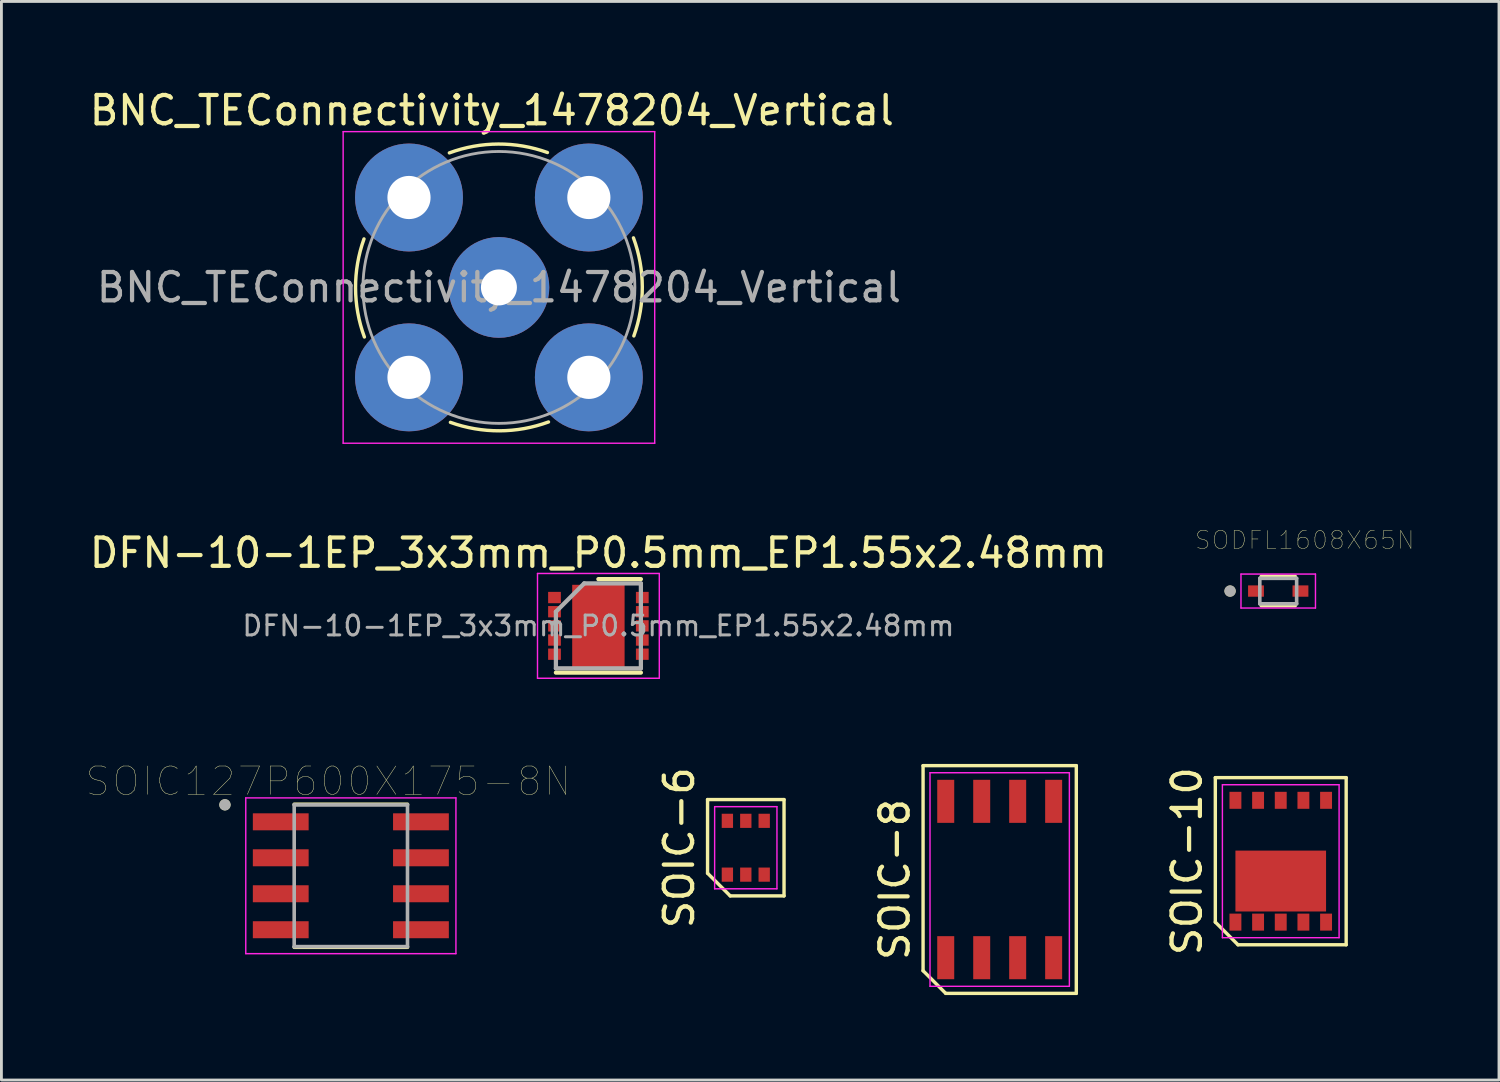
<source format=kicad_pcb>
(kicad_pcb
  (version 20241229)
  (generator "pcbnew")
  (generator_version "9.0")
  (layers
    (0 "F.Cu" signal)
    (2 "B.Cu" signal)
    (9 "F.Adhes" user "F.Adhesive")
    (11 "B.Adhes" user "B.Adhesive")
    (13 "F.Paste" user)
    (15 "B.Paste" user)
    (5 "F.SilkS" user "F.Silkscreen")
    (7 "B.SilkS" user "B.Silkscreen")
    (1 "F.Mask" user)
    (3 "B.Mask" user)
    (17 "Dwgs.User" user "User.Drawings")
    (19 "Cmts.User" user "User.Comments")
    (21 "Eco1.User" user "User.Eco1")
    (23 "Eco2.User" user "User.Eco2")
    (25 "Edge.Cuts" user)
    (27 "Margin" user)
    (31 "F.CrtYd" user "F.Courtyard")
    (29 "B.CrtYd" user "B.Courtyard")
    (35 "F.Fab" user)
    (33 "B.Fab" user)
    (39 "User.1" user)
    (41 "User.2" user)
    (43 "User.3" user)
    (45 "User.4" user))
  (footprint "SODFL1608X65N"
    (layer "F.Cu")
    (at 42.079 17.818)
    (property "Reference" "SODFL1608X65N" (at 0.935 -1.8 0) (layer "F.SilkS") (effects (font (size 0.63 0.63) (thickness 0.015))))
    (attr through_hole)
    (fp_line (start -0.6 -0.515) (end 0.6 -0.515) (stroke (width 0.127) (type solid)) (layer "F.SilkS"))
    (fp_line (start 0.6 0.515) (end -0.6 0.515) (stroke (width 0.127) (type solid)) (layer "F.SilkS"))
    (fp_circle (center -1.7 0) (end -1.6 0) (stroke (width 0.2) (type solid)) (fill no) (layer "F.SilkS"))
    (fp_line (start -1.315 -0.6) (end 1.315 -0.6) (stroke (width 0.05) (type solid)) (layer "F.CrtYd"))
    (fp_line (start -1.315 0.6) (end -1.315 -0.6) (stroke (width 0.05) (type solid)) (layer "F.CrtYd"))
    (fp_line (start 1.315 -0.6) (end 1.315 0.6) (stroke (width 0.05) (type solid)) (layer "F.CrtYd"))
    (fp_line (start 1.315 0.6) (end -1.315 0.6) (stroke (width 0.05) (type solid)) (layer "F.CrtYd"))
    (fp_line (start -0.65 -0.45) (end 0.65 -0.45) (stroke (width 0.127) (type solid)) (layer "F.Fab"))
    (fp_line (start -0.65 0.45) (end -0.65 -0.45) (stroke (width 0.127) (type solid)) (layer "F.Fab"))
    (fp_line (start 0.65 -0.45) (end 0.65 0.45) (stroke (width 0.127) (type solid)) (layer "F.Fab"))
    (fp_line (start 0.65 0.45) (end -0.65 0.45) (stroke (width 0.127) (type solid)) (layer "F.Fab"))
    (fp_circle (center -1.7 0) (end -1.6 0) (stroke (width 0.2) (type solid)) (fill no) (layer "F.Fab"))
    (pad "A" smd rect (at 0.785 0) (size 0.56 0.4) (layers "F.Cu" "F.Mask" "F.Paste"))
    (pad "C" smd rect (at -0.785 0) (size 0.56 0.4) (layers "F.Cu" "F.Mask" "F.Paste")))
  (footprint "SOIC-6"
    (layer "F.Cu")
    (at 23.281 26.88)
    (property "Reference" "SOIC-6" (at -2.35 0 90) (layer "F.SilkS") (effects (font (size 1 1) (thickness 0.15))))
    (attr smd)
    (fp_line (start -1.35 -1.7) (end 1.35 -1.7) (stroke (width 0.12) (type default)) (layer "F.SilkS"))
    (fp_line (start -1.35 0.9) (end -1.35 -1.7) (stroke (width 0.12) (type default)) (layer "F.SilkS"))
    (fp_line (start -0.55 1.7) (end -1.35 0.9) (stroke (width 0.12) (type default)) (layer "F.SilkS"))
    (fp_line (start 1.35 -1.7) (end 1.35 1.7) (stroke (width 0.12) (type default)) (layer "F.SilkS"))
    (fp_line (start 1.35 1.7) (end -0.55 1.7) (stroke (width 0.12) (type default)) (layer "F.SilkS"))
    (fp_line (start -1.1 -1.45) (end 1.1 -1.45) (stroke (width 0.05) (type default)) (layer "F.CrtYd"))
    (fp_line (start -1.1 1.45) (end -1.1 -1.45) (stroke (width 0.05) (type default)) (layer "F.CrtYd"))
    (fp_line (start 1.1 -1.45) (end 1.1 1.45) (stroke (width 0.05) (type default)) (layer "F.CrtYd"))
    (fp_line (start 1.1 1.45) (end -1.1 1.45) (stroke (width 0.05) (type default)) (layer "F.CrtYd"))
    (pad "1" smd rect (at -0.65 0.95) (size 0.4 0.5) (layers "F.Cu" "F.Mask" "F.Paste"))
    (pad "2" smd rect (at 0 0.95) (size 0.4 0.5) (layers "F.Cu" "F.Mask" "F.Paste"))
    (pad "3" smd rect (at 0.65 0.95) (size 0.4 0.5) (layers "F.Cu" "F.Mask" "F.Paste"))
    (pad "4" smd rect (at 0.65 -0.95) (size 0.4 0.5) (layers "F.Cu" "F.Mask" "F.Paste"))
    (pad "5" smd rect (at 0 -0.95) (size 0.4 0.5) (layers "F.Cu" "F.Mask" "F.Paste"))
    (pad "6" smd rect (at -0.65 -0.95) (size 0.4 0.5) (layers "F.Cu" "F.Mask" "F.Paste")))
  (footprint "SOIC127P600X175-8N"
    (layer "F.Cu")
    (at 9.337 27.87)
    (property "Reference" "SOIC127P600X175-8N" (at -0.795 -3.337 0) (layer "F.SilkS") (effects (font (size 1 1) (thickness 0.015))))
    (attr through_hole)
    (fp_line (start -2 -2.525) (end 2 -2.525) (stroke (width 0.127) (type solid)) (layer "F.SilkS"))
    (fp_line (start -2 2.525) (end 2 2.525) (stroke (width 0.127) (type solid)) (layer "F.SilkS"))
    (fp_circle (center -4.445 -2.505) (end -4.345 -2.505) (stroke (width 0.2) (type solid)) (fill no) (layer "F.SilkS"))
    (fp_line (start -3.71 -2.75) (end -3.71 2.75) (stroke (width 0.05) (type solid)) (layer "F.CrtYd"))
    (fp_line (start -3.71 -2.75) (end 3.71 -2.75) (stroke (width 0.05) (type solid)) (layer "F.CrtYd"))
    (fp_line (start -3.71 2.75) (end 3.71 2.75) (stroke (width 0.05) (type solid)) (layer "F.CrtYd"))
    (fp_line (start 3.71 -2.75) (end 3.71 2.75) (stroke (width 0.05) (type solid)) (layer "F.CrtYd"))
    (fp_line (start -2 -2.5) (end -2 2.5) (stroke (width 0.127) (type solid)) (layer "F.Fab"))
    (fp_line (start -2 -2.5) (end 2 -2.5) (stroke (width 0.127) (type solid)) (layer "F.Fab"))
    (fp_line (start -2 2.5) (end 2 2.5) (stroke (width 0.127) (type solid)) (layer "F.Fab"))
    (fp_line (start 2 -2.5) (end 2 2.5) (stroke (width 0.127) (type solid)) (layer "F.Fab"))
    (fp_circle (center -4.445 -2.505) (end -4.345 -2.505) (stroke (width 0.2) (type solid)) (fill no) (layer "F.Fab"))
    (pad "1" smd rect (at -2.475 -1.905) (size 1.97 0.6) (layers "F.Cu" "F.Mask" "F.Paste"))
    (pad "2" smd rect (at -2.475 -0.635) (size 1.97 0.6) (layers "F.Cu" "F.Mask" "F.Paste"))
    (pad "3" smd rect (at -2.475 0.635) (size 1.97 0.6) (layers "F.Cu" "F.Mask" "F.Paste"))
    (pad "4" smd rect (at -2.475 1.905) (size 1.97 0.6) (layers "F.Cu" "F.Mask" "F.Paste"))
    (pad "5" smd rect (at 2.475 1.905) (size 1.97 0.6) (layers "F.Cu" "F.Mask" "F.Paste"))
    (pad "6" smd rect (at 2.475 0.635) (size 1.97 0.6) (layers "F.Cu" "F.Mask" "F.Paste"))
    (pad "7" smd rect (at 2.475 -0.635) (size 1.97 0.6) (layers "F.Cu" "F.Mask" "F.Paste"))
    (pad "8" smd rect (at 2.475 -1.905) (size 1.97 0.6) (layers "F.Cu" "F.Mask" "F.Paste")))
  (footprint "BNC_TEConnectivity_1478204_Vertical"
    (layer "F.Cu")
    (at 14.565 7.098)
    (property "Reference" "BNC_TEConnectivity_1478204_Vertical" (at -0.25 -6.25 0) (layer "F.SilkS") (effects (font (size 1 1) (thickness 0.15))))
    (attr through_hole)
    (fp_arc (start -4.75 1.75) (mid -5.062075 0.019867) (end -4.763589 -1.712663) (stroke (width 0.12) (type solid)) (layer "F.SilkS"))
    (fp_arc (start -1.75 -4.75) (mid -0.019867 -5.062075) (end 1.712663 -4.763589) (stroke (width 0.12) (type solid)) (layer "F.SilkS"))
    (fp_arc (start 1.75 4.75) (mid 0.019867 5.062075) (end -1.712663 4.763589) (stroke (width 0.12) (type solid)) (layer "F.SilkS"))
    (fp_arc (start 4.75 -1.75) (mid 5.062075 -0.019867) (end 4.763589 1.712663) (stroke (width 0.12) (type solid)) (layer "F.SilkS"))
    (fp_line (start -5.5 -5.5) (end 5.5 -5.5) (stroke (width 0.05) (type solid)) (layer "F.CrtYd"))
    (fp_line (start -5.5 5.5) (end -5.5 -5.5) (stroke (width 0.05) (type solid)) (layer "F.CrtYd"))
    (fp_line (start 5.5 -5.5) (end 5.5 5.5) (stroke (width 0.05) (type solid)) (layer "F.CrtYd"))
    (fp_line (start 5.5 5.5) (end -5.5 5.5) (stroke (width 0.05) (type solid)) (layer "F.CrtYd"))
    (fp_circle (center 0 0) (end 4.8 0) (stroke (width 0.1) (type solid)) (fill no) (layer "F.Fab"))
    (fp_text user "${REFERENCE}" (at 0 0 0) (layer "F.Fab") (effects (font (size 1 1) (thickness 0.15))))
    (pad "1" thru_hole circle (at 0 0) (size 3.556 3.556) (drill 1.27) (layers "*.Cu" "*.Mask"))
    (pad "2" thru_hole circle (at -3.175 -3.175) (size 3.81 3.81) (drill 1.524) (layers "*.Cu" "*.Mask"))
    (pad "2" thru_hole circle (at -3.175 3.175) (size 3.81 3.81) (drill 1.524) (layers "*.Cu" "*.Mask"))
    (pad "2" thru_hole circle (at 3.175 -3.175) (size 3.81 3.81) (drill 1.524) (layers "*.Cu" "*.Mask"))
    (pad "2" thru_hole circle (at 3.175 3.175) (size 3.81 3.81) (drill 1.524) (layers "*.Cu" "*.Mask")))
  (footprint "DFN-10-1EP_3x3mm_P0.5mm_EP1.55x2.48mm"
    (layer "F.Cu")
    (at 18.077 19.047)
    (property "Reference" "DFN-10-1EP_3x3mm_P0.5mm_EP1.55x2.48mm" (at 0 -2.575 0) (layer "F.SilkS") (effects (font (size 1 1) (thickness 0.15))))
    (attr smd)
    (fp_line (start -1.5 1.65) (end 1.5 1.65) (stroke (width 0.15) (type solid)) (layer "F.SilkS"))
    (fp_line (start 0 -1.65) (end 1.5 -1.65) (stroke (width 0.15) (type solid)) (layer "F.SilkS"))
    (fp_line (start -2.15 -1.85) (end -2.15 1.85) (stroke (width 0.05) (type solid)) (layer "F.CrtYd"))
    (fp_line (start -2.15 -1.85) (end 2.15 -1.85) (stroke (width 0.05) (type solid)) (layer "F.CrtYd"))
    (fp_line (start -2.15 1.85) (end 2.15 1.85) (stroke (width 0.05) (type solid)) (layer "F.CrtYd"))
    (fp_line (start 2.15 -1.85) (end 2.15 1.85) (stroke (width 0.05) (type solid)) (layer "F.CrtYd"))
    (fp_line (start -1.5 -0.5) (end -0.5 -1.5) (stroke (width 0.15) (type solid)) (layer "F.Fab"))
    (fp_line (start -1.5 1.5) (end -1.5 -0.5) (stroke (width 0.15) (type solid)) (layer "F.Fab"))
    (fp_line (start -0.5 -1.5) (end 1.5 -1.5) (stroke (width 0.15) (type solid)) (layer "F.Fab"))
    (fp_line (start 1.5 -1.5) (end 1.5 1.5) (stroke (width 0.15) (type solid)) (layer "F.Fab"))
    (fp_line (start 1.5 1.5) (end -1.5 1.5) (stroke (width 0.15) (type solid)) (layer "F.Fab"))
    (fp_text user "${REFERENCE}" (at 0 0 0) (layer "F.Fab") (effects (font (size 0.7 0.7) (thickness 0.105))))
    (pad "" smd rect (at -0.388 -0.62) (size 0.6 1.05) (layers "F.Paste"))
    (pad "" smd rect (at -0.388 0.62) (size 0.6 1.05) (layers "F.Paste"))
    (pad "" smd rect (at 0.388 -0.62) (size 0.6 1.05) (layers "F.Paste"))
    (pad "" smd rect (at 0.388 0.62) (size 0.6 1.05) (layers "F.Paste"))
    (pad "1" smd rect (at -1.55 -1) (size 0.45 0.4) (layers "F.Cu" "F.Mask" "F.Paste"))
    (pad "2" smd rect (at -1.55 -0.5) (size 0.45 0.4) (layers "F.Cu" "F.Mask" "F.Paste"))
    (pad "3" smd rect (at -1.55 0) (size 0.45 0.4) (layers "F.Cu" "F.Mask" "F.Paste"))
    (pad "4" smd rect (at -1.55 0.5) (size 0.45 0.4) (layers "F.Cu" "F.Mask" "F.Paste"))
    (pad "5" smd rect (at -1.55 1) (size 0.45 0.4) (layers "F.Cu" "F.Mask" "F.Paste"))
    (pad "6" smd rect (at 1.55 1) (size 0.45 0.4) (layers "F.Cu" "F.Mask" "F.Paste"))
    (pad "7" smd rect (at 1.55 0.5) (size 0.45 0.4) (layers "F.Cu" "F.Mask" "F.Paste"))
    (pad "8" smd rect (at 1.55 0) (size 0.45 0.4) (layers "F.Cu" "F.Mask" "F.Paste"))
    (pad "9" smd rect (at 1.55 -0.5) (size 0.45 0.4) (layers "F.Cu" "F.Mask" "F.Paste"))
    (pad "10" smd rect (at 1.55 -1) (size 0.45 0.4) (layers "F.Cu" "F.Mask" "F.Paste"))
    (pad "11" smd rect (at 0 0) (size 1.85 2.9) (layers "F.Cu" "F.Mask")))
  (footprint "SOIC-8"
    (layer "F.Cu")
    (at 32.245 28.002)
    (property "Reference" "SOIC-8" (at -3.705 0 90) (layer "F.SilkS") (effects (font (size 1 1) (thickness 0.15))))
    (attr through_hole)
    (fp_line (start -2.705 -4.02) (end 2.705 -4.02) (stroke (width 0.12) (type solid)) (layer "F.SilkS"))
    (fp_line (start -2.705 3.22) (end -2.705 -4.02) (stroke (width 0.12) (type solid)) (layer "F.SilkS"))
    (fp_line (start -1.905 4.02) (end -2.705 3.22) (stroke (width 0.12) (type solid)) (layer "F.SilkS"))
    (fp_line (start 2.705 -4.02) (end 2.705 4.02) (stroke (width 0.12) (type solid)) (layer "F.SilkS"))
    (fp_line (start 2.705 4.02) (end -1.905 4.02) (stroke (width 0.12) (type solid)) (layer "F.SilkS"))
    (fp_line (start -2.46 -3.77) (end 2.46 -3.77) (stroke (width 0.05) (type solid)) (layer "F.CrtYd"))
    (fp_line (start -2.46 3.77) (end -2.46 -3.77) (stroke (width 0.05) (type solid)) (layer "F.CrtYd"))
    (fp_line (start 2.46 -3.77) (end 2.46 3.77) (stroke (width 0.05) (type solid)) (layer "F.CrtYd"))
    (fp_line (start 2.46 3.77) (end -2.46 3.77) (stroke (width 0.05) (type solid)) (layer "F.CrtYd"))
    (pad "1" smd rect (at -1.905 2.76) (size 0.6 1.52) (layers "F.Cu" "F.Mask" "F.Paste"))
    (pad "2" smd rect (at -0.635 2.76) (size 0.6 1.52) (layers "F.Cu" "F.Mask" "F.Paste"))
    (pad "3" smd rect (at 0.635 2.76) (size 0.6 1.52) (layers "F.Cu" "F.Mask" "F.Paste"))
    (pad "4" smd rect (at 1.905 2.76) (size 0.6 1.52) (layers "F.Cu" "F.Mask" "F.Paste"))
    (pad "5" smd rect (at 1.905 -2.76) (size 0.6 1.52) (layers "F.Cu" "F.Mask" "F.Paste"))
    (pad "6" smd rect (at 0.635 -2.76) (size 0.6 1.52) (layers "F.Cu" "F.Mask" "F.Paste"))
    (pad "7" smd rect (at -0.635 -2.76) (size 0.6 1.52) (layers "F.Cu" "F.Mask" "F.Paste"))
    (pad "8" smd rect (at -1.905 -2.76) (size 0.6 1.52) (layers "F.Cu" "F.Mask" "F.Paste")))
  (footprint "SOIC-10"
    (layer "F.Cu")
    (at 42.168 27.356)
    (property "Reference" "SOIC-10" (at -3.31 0 90) (layer "F.SilkS") (effects (font (size 1 1) (thickness 0.15))))
    (attr through_hole)
    (fp_line (start -2.31 -2.95) (end 2.31 -2.95) (stroke (width 0.12) (type solid)) (layer "F.SilkS"))
    (fp_line (start -2.31 2.15) (end -2.31 -2.95) (stroke (width 0.12) (type solid)) (layer "F.SilkS"))
    (fp_line (start -1.51 2.95) (end -2.31 2.15) (stroke (width 0.12) (type solid)) (layer "F.SilkS"))
    (fp_line (start 2.31 -2.95) (end 2.31 2.95) (stroke (width 0.12) (type solid)) (layer "F.SilkS"))
    (fp_line (start 2.31 2.95) (end -1.51 2.95) (stroke (width 0.12) (type solid)) (layer "F.SilkS"))
    (fp_line (start -2.06 -2.7) (end 2.06 -2.7) (stroke (width 0.05) (type solid)) (layer "F.CrtYd"))
    (fp_line (start -2.06 2.7) (end -2.06 -2.7) (stroke (width 0.05) (type solid)) (layer "F.CrtYd"))
    (fp_line (start 2.06 -2.7) (end 2.06 2.7) (stroke (width 0.05) (type solid)) (layer "F.CrtYd"))
    (fp_line (start 2.06 2.7) (end -2.06 2.7) (stroke (width 0.05) (type solid)) (layer "F.CrtYd"))
    (pad "1" smd rect (at -1.6 2.15) (size 0.42 0.6) (layers "F.Cu" "F.Mask" "F.Paste"))
    (pad "2" smd rect (at -0.8 2.15) (size 0.42 0.6) (layers "F.Cu" "F.Mask" "F.Paste"))
    (pad "3" smd rect (at 0 2.15) (size 0.42 0.6) (layers "F.Cu" "F.Mask" "F.Paste"))
    (pad "4" smd rect (at 0.8 2.15) (size 0.42 0.6) (layers "F.Cu" "F.Mask" "F.Paste"))
    (pad "5" smd rect (at 1.6 2.15) (size 0.42 0.6) (layers "F.Cu" "F.Mask" "F.Paste"))
    (pad "6" smd rect (at 1.6 -2.15) (size 0.42 0.6) (layers "F.Cu" "F.Mask" "F.Paste"))
    (pad "7" smd rect (at 0.8 -2.15) (size 0.42 0.6) (layers "F.Cu" "F.Mask" "F.Paste"))
    (pad "8" smd rect (at 0 -2.15) (size 0.42 0.6) (layers "F.Cu" "F.Mask" "F.Paste"))
    (pad "9" smd rect (at -0.8 -2.15) (size 0.42 0.6) (layers "F.Cu" "F.Mask" "F.Paste"))
    (pad "10" smd rect (at -1.6 -2.15) (size 0.42 0.6) (layers "F.Cu" "F.Mask" "F.Paste"))
    (pad "11" smd rect (at 0 0.7) (size 3.2 2.15) (layers "F.Cu" "F.Mask" "F.Paste")))
  (gr_rect
    (start -3 -3)
    (end 49.873 35.081)
    (stroke (width 0.1) (type default))
    (fill no)
    (layer "Edge.Cuts")))
</source>
